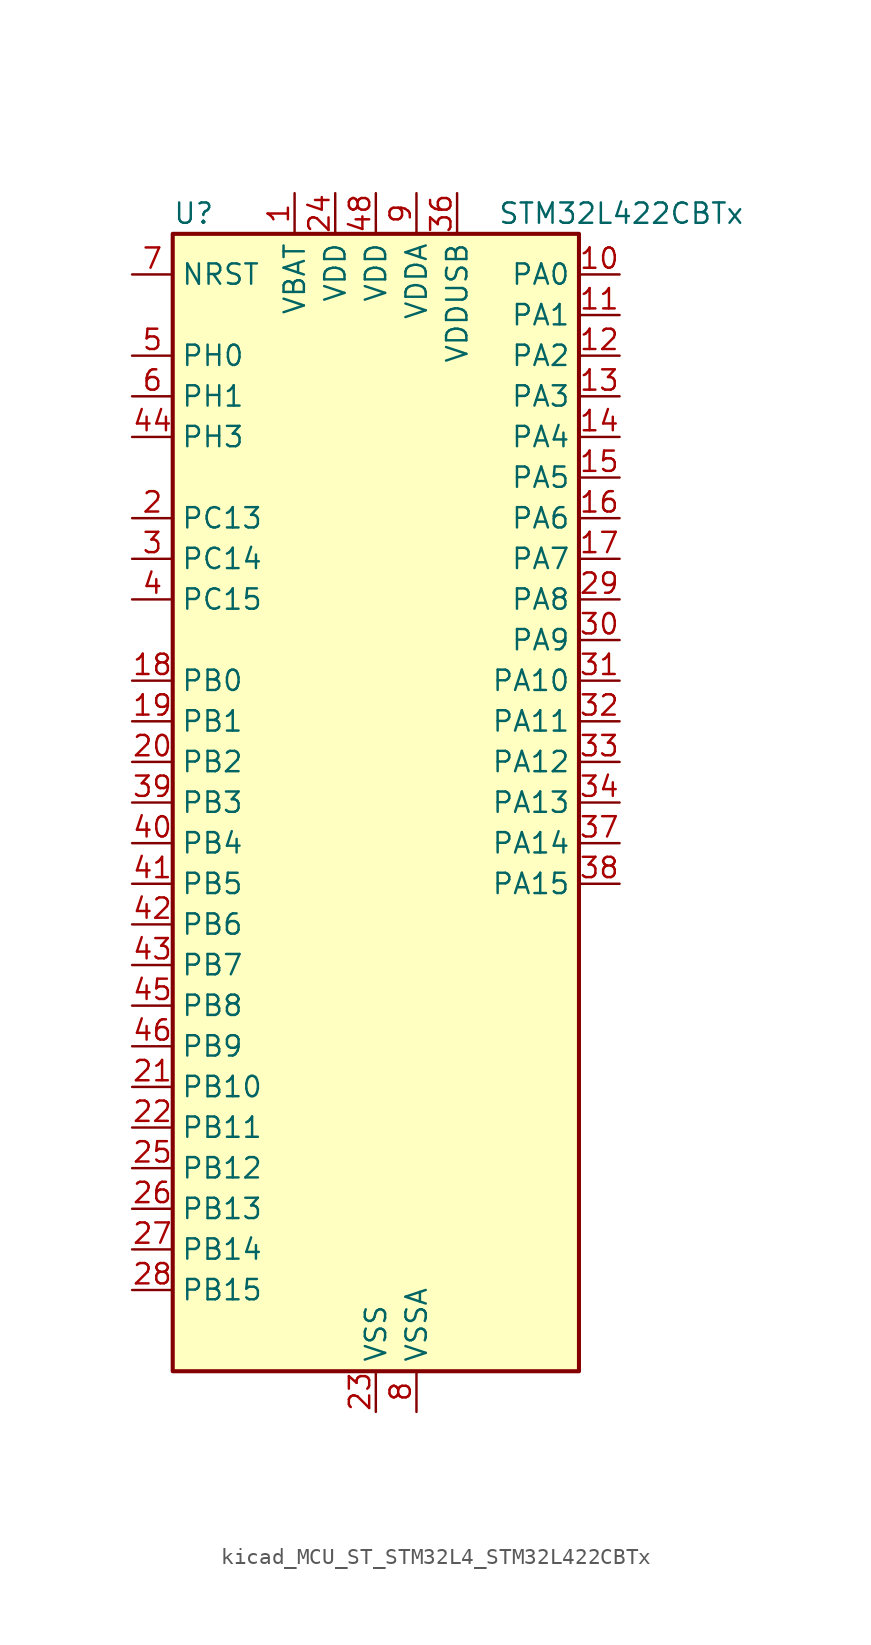
<source format=kicad_sym>
(kicad_symbol_lib
  (version 20220914)
  (generator kicad_symbol_editor)
  (symbol "kicad_MCU_ST_STM32L4_STM32L422CBTx"
    (property "Reference" "U"
      (at -12.7 36.83 0)
      (effects (font (size 1.27 1.27)) (justify left)))
    (property "Value" "STM32L422CBTx"
      (at 7.62 36.83 0)
      (effects (font (size 1.27 1.27)) (justify left)))
    (property "ki_locked" ""
      (at 0 0 0)
      (effects (font (size 1.27 1.27))))
    (symbol "kicad_MCU_ST_STM32L4_STM32L422CBTx_0_1"
      (rectangle (start -12.7 -35.56) (end 12.7 35.56) (stroke (width 0.254) (type default)) (fill (type background))))
    (symbol "kicad_MCU_ST_STM32L4_STM32L422CBTx_1_1"
      (pin power_in line (at -5.08 38.1 270) (length 2.54) (name "VBAT" (effects (font (size 1.27 1.27)))) (number "1" (effects (font (size 1.27 1.27)))))
      (pin bidirectional line (at 15.24 33.02 180) (length 2.54) (name "PA0" (effects (font (size 1.27 1.27)))) (number "10" (effects (font (size 1.27 1.27)))) (alternate "ADC1_IN5" bidirectional line) (alternate "COMP1_INM" bidirectional line) (alternate "COMP1_OUT" bidirectional line) (alternate "OPAMP1_VINP" bidirectional line) (alternate "RTC_TAMP2" bidirectional line) (alternate "SYS_WKUP1" bidirectional line) (alternate "TIM2_CH1" bidirectional line) (alternate "TIM2_ETR" bidirectional line) (alternate "USART2_CTS" bidirectional line))
      (pin bidirectional line (at 15.24 30.48 180) (length 2.54) (name "PA1" (effects (font (size 1.27 1.27)))) (number "11" (effects (font (size 1.27 1.27)))) (alternate "ADC1_IN6" bidirectional line) (alternate "COMP1_INP" bidirectional line) (alternate "I2C1_SMBA" bidirectional line) (alternate "OPAMP1_VINM" bidirectional line) (alternate "SPI1_SCK" bidirectional line) (alternate "TIM15_CH1N" bidirectional line) (alternate "TIM2_CH2" bidirectional line) (alternate "USART2_DE" bidirectional line) (alternate "USART2_RTS" bidirectional line))
      (pin bidirectional line (at 15.24 27.94 180) (length 2.54) (name "PA2" (effects (font (size 1.27 1.27)))) (number "12" (effects (font (size 1.27 1.27)))) (alternate "ADC1_IN7" bidirectional line) (alternate "ADC2_IN7" bidirectional line) (alternate "LPUART1_TX" bidirectional line) (alternate "QUADSPI_BK1_NCS" bidirectional line) (alternate "RCC_LSCO" bidirectional line) (alternate "SYS_WKUP4" bidirectional line) (alternate "TIM15_CH1" bidirectional line) (alternate "TIM2_CH3" bidirectional line) (alternate "USART2_TX" bidirectional line))
      (pin bidirectional line (at 15.24 25.4 180) (length 2.54) (name "PA3" (effects (font (size 1.27 1.27)))) (number "13" (effects (font (size 1.27 1.27)))) (alternate "ADC1_IN8" bidirectional line) (alternate "ADC2_IN8" bidirectional line) (alternate "LPUART1_RX" bidirectional line) (alternate "OPAMP1_VOUT" bidirectional line) (alternate "QUADSPI_CLK" bidirectional line) (alternate "TIM15_CH2" bidirectional line) (alternate "TIM2_CH4" bidirectional line) (alternate "USART2_RX" bidirectional line))
      (pin bidirectional line (at 15.24 22.86 180) (length 2.54) (name "PA4" (effects (font (size 1.27 1.27)))) (number "14" (effects (font (size 1.27 1.27)))) (alternate "ADC1_IN9" bidirectional line) (alternate "ADC2_IN9" bidirectional line) (alternate "COMP1_INM" bidirectional line) (alternate "LPTIM2_OUT" bidirectional line) (alternate "SPI1_NSS" bidirectional line) (alternate "USART2_CK" bidirectional line))
      (pin bidirectional line (at 15.24 20.32 180) (length 2.54) (name "PA5" (effects (font (size 1.27 1.27)))) (number "15" (effects (font (size 1.27 1.27)))) (alternate "ADC1_IN10" bidirectional line) (alternate "ADC2_IN10" bidirectional line) (alternate "COMP1_INM" bidirectional line) (alternate "LPTIM2_ETR" bidirectional line) (alternate "SPI1_SCK" bidirectional line) (alternate "TIM2_CH1" bidirectional line) (alternate "TIM2_ETR" bidirectional line))
      (pin bidirectional line (at 15.24 17.78 180) (length 2.54) (name "PA6" (effects (font (size 1.27 1.27)))) (number "16" (effects (font (size 1.27 1.27)))) (alternate "ADC1_IN11" bidirectional line) (alternate "ADC2_IN11" bidirectional line) (alternate "COMP1_OUT" bidirectional line) (alternate "LPUART1_CTS" bidirectional line) (alternate "QUADSPI_BK1_IO3" bidirectional line) (alternate "SPI1_MISO" bidirectional line) (alternate "TIM16_CH1" bidirectional line) (alternate "TIM1_BKIN" bidirectional line) (alternate "USART3_CTS" bidirectional line))
      (pin bidirectional line (at 15.24 15.24 180) (length 2.54) (name "PA7" (effects (font (size 1.27 1.27)))) (number "17" (effects (font (size 1.27 1.27)))) (alternate "ADC1_IN12" bidirectional line) (alternate "ADC2_IN12" bidirectional line) (alternate "I2C3_SCL" bidirectional line) (alternate "QUADSPI_BK1_IO2" bidirectional line) (alternate "SPI1_MOSI" bidirectional line) (alternate "TIM1_CH1N" bidirectional line))
      (pin bidirectional line (at -15.24 7.62 0) (length 2.54) (name "PB0" (effects (font (size 1.27 1.27)))) (number "18" (effects (font (size 1.27 1.27)))) (alternate "ADC1_IN15" bidirectional line) (alternate "ADC2_IN15" bidirectional line) (alternate "COMP1_OUT" bidirectional line) (alternate "QUADSPI_BK1_IO1" bidirectional line) (alternate "SPI1_NSS" bidirectional line) (alternate "SYS_TRACED0" bidirectional line) (alternate "TIM1_CH2N" bidirectional line) (alternate "USART3_CK" bidirectional line))
      (pin bidirectional line (at -15.24 5.08 0) (length 2.54) (name "PB1" (effects (font (size 1.27 1.27)))) (number "19" (effects (font (size 1.27 1.27)))) (alternate "ADC1_IN16" bidirectional line) (alternate "ADC2_IN16" bidirectional line) (alternate "COMP1_INM" bidirectional line) (alternate "LPTIM2_IN1" bidirectional line) (alternate "LPUART1_DE" bidirectional line) (alternate "LPUART1_RTS" bidirectional line) (alternate "QUADSPI_BK1_IO0" bidirectional line) (alternate "SYS_TRACED1" bidirectional line) (alternate "TIM1_CH3N" bidirectional line) (alternate "USART3_DE" bidirectional line) (alternate "USART3_RTS" bidirectional line))
      (pin bidirectional line (at -15.24 17.78 0) (length 2.54) (name "PC13" (effects (font (size 1.27 1.27)))) (number "2" (effects (font (size 1.27 1.27)))) (alternate "RTC_OUT_ALARM" bidirectional line) (alternate "RTC_OUT_CALIB" bidirectional line) (alternate "RTC_TAMP1" bidirectional line) (alternate "RTC_TS" bidirectional line) (alternate "SYS_WKUP2" bidirectional line))
      (pin bidirectional line (at -15.24 2.54 0) (length 2.54) (name "PB2" (effects (font (size 1.27 1.27)))) (number "20" (effects (font (size 1.27 1.27)))) (alternate "COMP1_INP" bidirectional line) (alternate "I2C3_SMBA" bidirectional line) (alternate "LPTIM1_OUT" bidirectional line) (alternate "RTC_OUT_ALARM" bidirectional line) (alternate "RTC_OUT_CALIB" bidirectional line))
      (pin bidirectional line (at -15.24 -17.78 0) (length 2.54) (name "PB10" (effects (font (size 1.27 1.27)))) (number "21" (effects (font (size 1.27 1.27)))) (alternate "COMP1_OUT" bidirectional line) (alternate "I2C2_SCL" bidirectional line) (alternate "LPUART1_RX" bidirectional line) (alternate "QUADSPI_CLK" bidirectional line) (alternate "SPI2_SCK" bidirectional line) (alternate "TIM2_CH3" bidirectional line) (alternate "TSC_SYNC" bidirectional line) (alternate "USART3_TX" bidirectional line))
      (pin bidirectional line (at -15.24 -20.32 0) (length 2.54) (name "PB11" (effects (font (size 1.27 1.27)))) (number "22" (effects (font (size 1.27 1.27)))) (alternate "ADC1_EXTI11" bidirectional line) (alternate "ADC2_EXTI11" bidirectional line) (alternate "I2C2_SDA" bidirectional line) (alternate "LPUART1_TX" bidirectional line) (alternate "QUADSPI_BK1_NCS" bidirectional line) (alternate "TIM2_CH4" bidirectional line) (alternate "USART3_RX" bidirectional line))
      (pin power_in line (at 0 -38.1 90) (length 2.54) (name "VSS" (effects (font (size 1.27 1.27)))) (number "23" (effects (font (size 1.27 1.27)))))
      (pin power_in line (at -2.54 38.1 270) (length 2.54) (name "VDD" (effects (font (size 1.27 1.27)))) (number "24" (effects (font (size 1.27 1.27)))))
      (pin bidirectional line (at -15.24 -22.86 0) (length 2.54) (name "PB12" (effects (font (size 1.27 1.27)))) (number "25" (effects (font (size 1.27 1.27)))) (alternate "I2C2_SMBA" bidirectional line) (alternate "LPUART1_DE" bidirectional line) (alternate "LPUART1_RTS" bidirectional line) (alternate "SPI2_NSS" bidirectional line) (alternate "TIM15_BKIN" bidirectional line) (alternate "TIM1_BKIN" bidirectional line) (alternate "TSC_G1_IO1" bidirectional line) (alternate "USART3_CK" bidirectional line))
      (pin bidirectional line (at -15.24 -25.4 0) (length 2.54) (name "PB13" (effects (font (size 1.27 1.27)))) (number "26" (effects (font (size 1.27 1.27)))) (alternate "I2C2_SCL" bidirectional line) (alternate "LPUART1_CTS" bidirectional line) (alternate "SPI2_SCK" bidirectional line) (alternate "TIM15_CH1N" bidirectional line) (alternate "TIM1_CH1N" bidirectional line) (alternate "TSC_G1_IO2" bidirectional line) (alternate "USART3_CTS" bidirectional line))
      (pin bidirectional line (at -15.24 -27.94 0) (length 2.54) (name "PB14" (effects (font (size 1.27 1.27)))) (number "27" (effects (font (size 1.27 1.27)))) (alternate "I2C2_SDA" bidirectional line) (alternate "SPI2_MISO" bidirectional line) (alternate "TIM15_CH1" bidirectional line) (alternate "TIM1_CH2N" bidirectional line) (alternate "TSC_G1_IO3" bidirectional line) (alternate "USART3_DE" bidirectional line) (alternate "USART3_RTS" bidirectional line))
      (pin bidirectional line (at -15.24 -30.48 0) (length 2.54) (name "PB15" (effects (font (size 1.27 1.27)))) (number "28" (effects (font (size 1.27 1.27)))) (alternate "ADC1_EXTI15" bidirectional line) (alternate "ADC2_EXTI15" bidirectional line) (alternate "RTC_REFIN" bidirectional line) (alternate "SPI2_MOSI" bidirectional line) (alternate "TIM15_CH2" bidirectional line) (alternate "TIM1_CH3N" bidirectional line) (alternate "TSC_G1_IO4" bidirectional line))
      (pin bidirectional line (at 15.24 12.7 180) (length 2.54) (name "PA8" (effects (font (size 1.27 1.27)))) (number "29" (effects (font (size 1.27 1.27)))) (alternate "LPTIM2_OUT" bidirectional line) (alternate "RCC_MCO" bidirectional line) (alternate "TIM1_CH1" bidirectional line) (alternate "USART1_CK" bidirectional line))
      (pin bidirectional line (at -15.24 15.24 0) (length 2.54) (name "PC14" (effects (font (size 1.27 1.27)))) (number "3" (effects (font (size 1.27 1.27)))) (alternate "RCC_OSC32_IN" bidirectional line))
      (pin bidirectional line (at 15.24 10.16 180) (length 2.54) (name "PA9" (effects (font (size 1.27 1.27)))) (number "30" (effects (font (size 1.27 1.27)))) (alternate "I2C1_SCL" bidirectional line) (alternate "TIM15_BKIN" bidirectional line) (alternate "TIM1_CH2" bidirectional line) (alternate "USART1_TX" bidirectional line))
      (pin bidirectional line (at 15.24 7.62 180) (length 2.54) (name "PA10" (effects (font (size 1.27 1.27)))) (number "31" (effects (font (size 1.27 1.27)))) (alternate "CRS_SYNC" bidirectional line) (alternate "I2C1_SDA" bidirectional line) (alternate "TIM1_CH3" bidirectional line) (alternate "USART1_RX" bidirectional line))
      (pin bidirectional line (at 15.24 5.08 180) (length 2.54) (name "PA11" (effects (font (size 1.27 1.27)))) (number "32" (effects (font (size 1.27 1.27)))) (alternate "ADC1_EXTI11" bidirectional line) (alternate "ADC2_EXTI11" bidirectional line) (alternate "COMP1_OUT" bidirectional line) (alternate "SPI1_MISO" bidirectional line) (alternate "TIM1_BKIN2" bidirectional line) (alternate "TIM1_BKIN2_COMP1" bidirectional line) (alternate "TIM1_CH4" bidirectional line) (alternate "USART1_CTS" bidirectional line) (alternate "USB_DM" bidirectional line))
      (pin bidirectional line (at 15.24 2.54 180) (length 2.54) (name "PA12" (effects (font (size 1.27 1.27)))) (number "33" (effects (font (size 1.27 1.27)))) (alternate "SPI1_MOSI" bidirectional line) (alternate "TIM1_ETR" bidirectional line) (alternate "USART1_DE" bidirectional line) (alternate "USART1_RTS" bidirectional line) (alternate "USB_DP" bidirectional line))
      (pin bidirectional line (at 15.24 0 180) (length 2.54) (name "PA13" (effects (font (size 1.27 1.27)))) (number "34" (effects (font (size 1.27 1.27)))) (alternate "IR_OUT" bidirectional line) (alternate "SYS_JTMS-SWDIO" bidirectional line) (alternate "USB_NOE" bidirectional line))
      (pin passive line (at 0 -38.1 90) (length 2.54) hide (name "VSS" (effects (font (size 1.27 1.27)))) (number "35" (effects (font (size 1.27 1.27)))))
      (pin power_in line (at 5.08 38.1 270) (length 2.54) (name "VDDUSB" (effects (font (size 1.27 1.27)))) (number "36" (effects (font (size 1.27 1.27)))))
      (pin bidirectional line (at 15.24 -2.54 180) (length 2.54) (name "PA14" (effects (font (size 1.27 1.27)))) (number "37" (effects (font (size 1.27 1.27)))) (alternate "I2C1_SMBA" bidirectional line) (alternate "LPTIM1_OUT" bidirectional line) (alternate "SYS_JTCK-SWCLK" bidirectional line))
      (pin bidirectional line (at 15.24 -5.08 180) (length 2.54) (name "PA15" (effects (font (size 1.27 1.27)))) (number "38" (effects (font (size 1.27 1.27)))) (alternate "ADC1_EXTI15" bidirectional line) (alternate "ADC2_EXTI15" bidirectional line) (alternate "SPI1_NSS" bidirectional line) (alternate "SYS_JTDI" bidirectional line) (alternate "TIM2_CH1" bidirectional line) (alternate "TIM2_ETR" bidirectional line) (alternate "USART2_RX" bidirectional line) (alternate "USART3_DE" bidirectional line) (alternate "USART3_RTS" bidirectional line))
      (pin bidirectional line (at -15.24 0 0) (length 2.54) (name "PB3" (effects (font (size 1.27 1.27)))) (number "39" (effects (font (size 1.27 1.27)))) (alternate "SPI1_SCK" bidirectional line) (alternate "SYS_JTDO-SWO" bidirectional line) (alternate "TIM2_CH2" bidirectional line) (alternate "USART1_DE" bidirectional line) (alternate "USART1_RTS" bidirectional line))
      (pin bidirectional line (at -15.24 12.7 0) (length 2.54) (name "PC15" (effects (font (size 1.27 1.27)))) (number "4" (effects (font (size 1.27 1.27)))) (alternate "ADC1_EXTI15" bidirectional line) (alternate "ADC2_EXTI15" bidirectional line) (alternate "RCC_OSC32_OUT" bidirectional line))
      (pin bidirectional line (at -15.24 -2.54 0) (length 2.54) (name "PB4" (effects (font (size 1.27 1.27)))) (number "40" (effects (font (size 1.27 1.27)))) (alternate "I2C3_SDA" bidirectional line) (alternate "SPI1_MISO" bidirectional line) (alternate "SYS_JTRST" bidirectional line) (alternate "TSC_G2_IO1" bidirectional line) (alternate "USART1_CTS" bidirectional line))
      (pin bidirectional line (at -15.24 -5.08 0) (length 2.54) (name "PB5" (effects (font (size 1.27 1.27)))) (number "41" (effects (font (size 1.27 1.27)))) (alternate "I2C1_SMBA" bidirectional line) (alternate "LPTIM1_IN1" bidirectional line) (alternate "SPI1_MOSI" bidirectional line) (alternate "SYS_TRACED2" bidirectional line) (alternate "TIM16_BKIN" bidirectional line) (alternate "TSC_G2_IO2" bidirectional line) (alternate "USART1_CK" bidirectional line))
      (pin bidirectional line (at -15.24 -7.62 0) (length 2.54) (name "PB6" (effects (font (size 1.27 1.27)))) (number "42" (effects (font (size 1.27 1.27)))) (alternate "I2C1_SCL" bidirectional line) (alternate "LPTIM1_ETR" bidirectional line) (alternate "SYS_TRACED3" bidirectional line) (alternate "TIM16_CH1N" bidirectional line) (alternate "TSC_G2_IO3" bidirectional line) (alternate "USART1_TX" bidirectional line))
      (pin bidirectional line (at -15.24 -10.16 0) (length 2.54) (name "PB7" (effects (font (size 1.27 1.27)))) (number "43" (effects (font (size 1.27 1.27)))) (alternate "I2C1_SDA" bidirectional line) (alternate "LPTIM1_IN2" bidirectional line) (alternate "SYS_PVD_IN" bidirectional line) (alternate "SYS_TRACECLK" bidirectional line) (alternate "TSC_G2_IO4" bidirectional line) (alternate "USART1_RX" bidirectional line))
      (pin bidirectional line (at -15.24 22.86 0) (length 2.54) (name "PH3" (effects (font (size 1.27 1.27)))) (number "44" (effects (font (size 1.27 1.27)))))
      (pin bidirectional line (at -15.24 -12.7 0) (length 2.54) (name "PB8" (effects (font (size 1.27 1.27)))) (number "45" (effects (font (size 1.27 1.27)))) (alternate "I2C1_SCL" bidirectional line) (alternate "TIM16_CH1" bidirectional line))
      (pin bidirectional line (at -15.24 -15.24 0) (length 2.54) (name "PB9" (effects (font (size 1.27 1.27)))) (number "46" (effects (font (size 1.27 1.27)))) (alternate "I2C1_SDA" bidirectional line) (alternate "IR_OUT" bidirectional line) (alternate "SPI2_NSS" bidirectional line))
      (pin passive line (at 0 -38.1 90) (length 2.54) hide (name "VSS" (effects (font (size 1.27 1.27)))) (number "47" (effects (font (size 1.27 1.27)))))
      (pin power_in line (at 0 38.1 270) (length 2.54) (name "VDD" (effects (font (size 1.27 1.27)))) (number "48" (effects (font (size 1.27 1.27)))))
      (pin bidirectional line (at -15.24 27.94 0) (length 2.54) (name "PH0" (effects (font (size 1.27 1.27)))) (number "5" (effects (font (size 1.27 1.27)))) (alternate "RCC_OSC_IN" bidirectional line))
      (pin bidirectional line (at -15.24 25.4 0) (length 2.54) (name "PH1" (effects (font (size 1.27 1.27)))) (number "6" (effects (font (size 1.27 1.27)))) (alternate "RCC_OSC_OUT" bidirectional line))
      (pin input line (at -15.24 33.02 0) (length 2.54) (name "NRST" (effects (font (size 1.27 1.27)))) (number "7" (effects (font (size 1.27 1.27)))))
      (pin power_in line (at 2.54 -38.1 90) (length 2.54) (name "VSSA" (effects (font (size 1.27 1.27)))) (number "8" (effects (font (size 1.27 1.27)))))
      (pin power_in line (at 2.54 38.1 270) (length 2.54) (name "VDDA" (effects (font (size 1.27 1.27)))) (number "9" (effects (font (size 1.27 1.27))))))))
</source>
